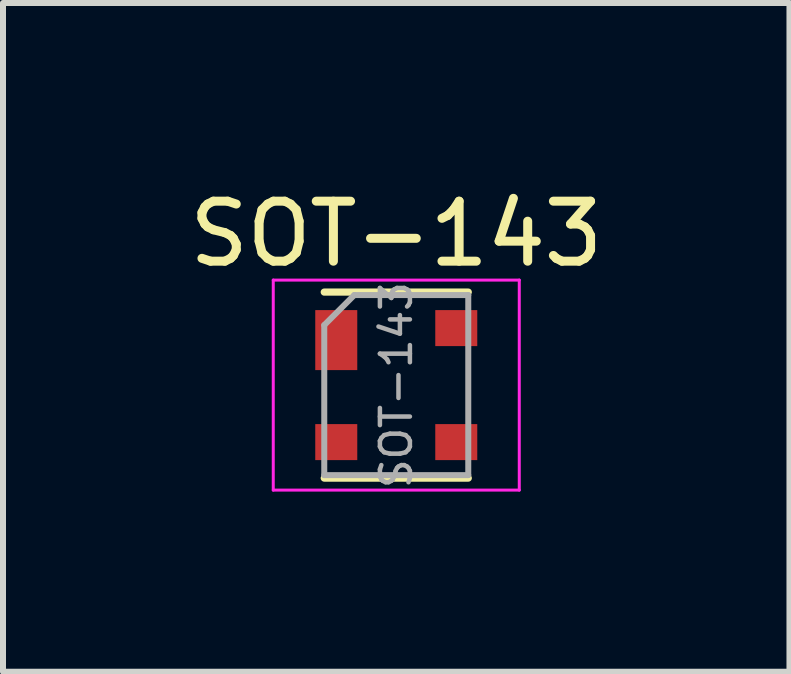
<source format=kicad_pcb>
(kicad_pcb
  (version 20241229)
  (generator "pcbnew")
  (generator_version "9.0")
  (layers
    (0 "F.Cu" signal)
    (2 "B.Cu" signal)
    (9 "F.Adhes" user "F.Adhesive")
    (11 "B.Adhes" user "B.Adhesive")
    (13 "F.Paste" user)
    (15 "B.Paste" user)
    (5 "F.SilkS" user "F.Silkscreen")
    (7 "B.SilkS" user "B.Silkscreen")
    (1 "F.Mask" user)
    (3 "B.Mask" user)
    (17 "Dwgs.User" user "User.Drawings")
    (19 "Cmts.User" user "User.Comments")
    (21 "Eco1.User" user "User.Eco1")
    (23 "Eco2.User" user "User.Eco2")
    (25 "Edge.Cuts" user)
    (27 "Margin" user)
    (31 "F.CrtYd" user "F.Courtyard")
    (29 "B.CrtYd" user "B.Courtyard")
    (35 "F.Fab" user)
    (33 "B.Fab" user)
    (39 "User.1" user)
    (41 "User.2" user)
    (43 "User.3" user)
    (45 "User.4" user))
  (footprint "SOT-143"
    (layer "F.Cu")
    (at 3.554 3.368)
    (property "Reference" "SOT-143" (at 0 -2.52 0) (layer "F.SilkS") (effects (font (size 1 1) (thickness 0.15))))
    (attr smd)
    (fp_line (start -1.2 1.55) (end 1.2 1.55) (stroke (width 0.12) (type solid)) (layer "F.SilkS"))
    (fp_line (start 1.2 -1.55) (end -1.2 -1.55) (stroke (width 0.12) (type solid)) (layer "F.SilkS"))
    (fp_line (start -2.05 1.75) (end -2.05 -1.75) (stroke (width 0.05) (type solid)) (layer "F.CrtYd"))
    (fp_line (start -2.05 1.75) (end 2.05 1.75) (stroke (width 0.05) (type solid)) (layer "F.CrtYd"))
    (fp_line (start 2.05 -1.75) (end -2.05 -1.75) (stroke (width 0.05) (type solid)) (layer "F.CrtYd"))
    (fp_line (start 2.05 -1.75) (end 2.05 1.75) (stroke (width 0.05) (type solid)) (layer "F.CrtYd"))
    (fp_line (start -1.2 -1) (end -0.7 -1.5) (stroke (width 0.1) (type solid)) (layer "F.Fab"))
    (fp_line (start -1.2 1.5) (end -1.2 -1) (stroke (width 0.1) (type solid)) (layer "F.Fab"))
    (fp_line (start -0.7 -1.5) (end 1.2 -1.5) (stroke (width 0.1) (type solid)) (layer "F.Fab"))
    (fp_line (start 1.2 -1.5) (end 1.2 1.5) (stroke (width 0.1) (type solid)) (layer "F.Fab"))
    (fp_line (start 1.2 1.5) (end -1.2 1.5) (stroke (width 0.1) (type solid)) (layer "F.Fab"))
    (fp_text user "${REFERENCE}" (at 0 0 90) (layer "F.Fab") (effects (font (size 0.5 0.5) (thickness 0.075))))
    (pad "1" smd rect (at -1 -0.75 270) (size 1 0.7) (layers "F.Cu" "F.Mask" "F.Paste"))
    (pad "2" smd rect (at -1 0.95 270) (size 0.6 0.7) (layers "F.Cu" "F.Mask" "F.Paste"))
    (pad "3" smd rect (at 1 0.95 270) (size 0.6 0.7) (layers "F.Cu" "F.Mask" "F.Paste"))
    (pad "4" smd rect (at 1 -0.95 270) (size 0.6 0.7) (layers "F.Cu" "F.Mask" "F.Paste")))
  (gr_rect
    (start -3 -3)
    (end 10.107 8.145)
    (stroke (width 0.1) (type default))
    (fill no)
    (layer "Edge.Cuts")))
</source>
